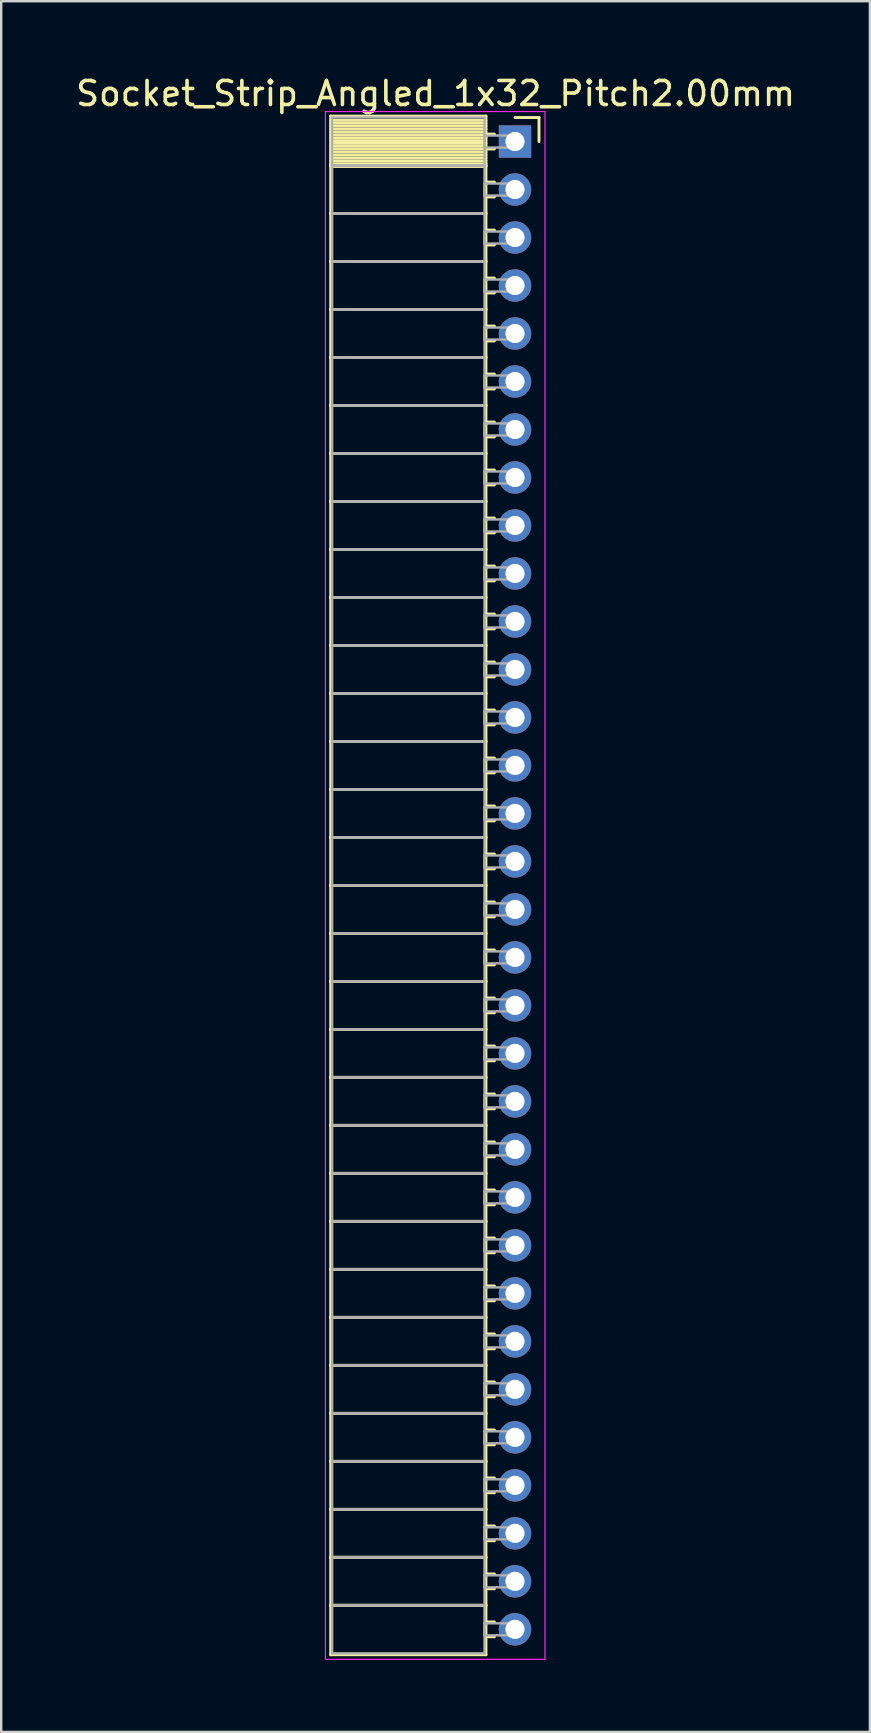
<source format=kicad_pcb>
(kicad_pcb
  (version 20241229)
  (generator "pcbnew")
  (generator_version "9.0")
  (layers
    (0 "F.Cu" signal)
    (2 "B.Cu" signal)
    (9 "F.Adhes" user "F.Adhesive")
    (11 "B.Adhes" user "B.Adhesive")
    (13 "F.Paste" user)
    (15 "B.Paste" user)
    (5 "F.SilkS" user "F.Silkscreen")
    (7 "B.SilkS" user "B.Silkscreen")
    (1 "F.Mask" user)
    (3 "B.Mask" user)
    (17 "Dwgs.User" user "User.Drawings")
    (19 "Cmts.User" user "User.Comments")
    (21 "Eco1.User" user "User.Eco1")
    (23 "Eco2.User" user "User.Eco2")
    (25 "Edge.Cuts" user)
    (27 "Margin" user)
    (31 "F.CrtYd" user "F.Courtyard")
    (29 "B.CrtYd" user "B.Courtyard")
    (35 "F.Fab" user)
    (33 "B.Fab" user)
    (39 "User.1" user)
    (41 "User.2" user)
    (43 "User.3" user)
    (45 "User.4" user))
  (footprint "Socket_Strip_Angled_1x32_Pitch2.00mm"
    (layer "F.Cu")
    (at 18.411 2.848)
    (property "Reference" "Socket_Strip_Angled_1x32_Pitch2.00mm" (at -3.31 -2 0) (layer "F.SilkS") (effects (font (size 1 1) (thickness 0.15))))
    (attr through_hole)
    (fp_line (start -7.68 -1.06) (end -1.21 -1.06) (stroke (width 0.12) (type solid)) (layer "F.SilkS"))
    (fp_line (start -7.68 1) (end -7.68 -1.06) (stroke (width 0.12) (type solid)) (layer "F.SilkS"))
    (fp_line (start -7.68 1) (end -1.21 1) (stroke (width 0.12) (type solid)) (layer "F.SilkS"))
    (fp_line (start -7.68 3) (end -7.68 1) (stroke (width 0.12) (type solid)) (layer "F.SilkS"))
    (fp_line (start -7.68 3) (end -1.21 3) (stroke (width 0.12) (type solid)) (layer "F.SilkS"))
    (fp_line (start -7.68 5) (end -7.68 3) (stroke (width 0.12) (type solid)) (layer "F.SilkS"))
    (fp_line (start -7.68 5) (end -1.21 5) (stroke (width 0.12) (type solid)) (layer "F.SilkS"))
    (fp_line (start -7.68 7) (end -7.68 5) (stroke (width 0.12) (type solid)) (layer "F.SilkS"))
    (fp_line (start -7.68 7) (end -1.21 7) (stroke (width 0.12) (type solid)) (layer "F.SilkS"))
    (fp_line (start -7.68 9) (end -7.68 7) (stroke (width 0.12) (type solid)) (layer "F.SilkS"))
    (fp_line (start -7.68 9) (end -1.21 9) (stroke (width 0.12) (type solid)) (layer "F.SilkS"))
    (fp_line (start -7.68 11) (end -7.68 9) (stroke (width 0.12) (type solid)) (layer "F.SilkS"))
    (fp_line (start -7.68 11) (end -1.21 11) (stroke (width 0.12) (type solid)) (layer "F.SilkS"))
    (fp_line (start -7.68 13) (end -7.68 11) (stroke (width 0.12) (type solid)) (layer "F.SilkS"))
    (fp_line (start -7.68 13) (end -1.21 13) (stroke (width 0.12) (type solid)) (layer "F.SilkS"))
    (fp_line (start -7.68 15) (end -7.68 13) (stroke (width 0.12) (type solid)) (layer "F.SilkS"))
    (fp_line (start -7.68 15) (end -1.21 15) (stroke (width 0.12) (type solid)) (layer "F.SilkS"))
    (fp_line (start -7.68 17) (end -7.68 15) (stroke (width 0.12) (type solid)) (layer "F.SilkS"))
    (fp_line (start -7.68 17) (end -1.21 17) (stroke (width 0.12) (type solid)) (layer "F.SilkS"))
    (fp_line (start -7.68 19) (end -7.68 17) (stroke (width 0.12) (type solid)) (layer "F.SilkS"))
    (fp_line (start -7.68 19) (end -1.21 19) (stroke (width 0.12) (type solid)) (layer "F.SilkS"))
    (fp_line (start -7.68 21) (end -7.68 19) (stroke (width 0.12) (type solid)) (layer "F.SilkS"))
    (fp_line (start -7.68 21) (end -1.21 21) (stroke (width 0.12) (type solid)) (layer "F.SilkS"))
    (fp_line (start -7.68 23) (end -7.68 21) (stroke (width 0.12) (type solid)) (layer "F.SilkS"))
    (fp_line (start -7.68 23) (end -1.21 23) (stroke (width 0.12) (type solid)) (layer "F.SilkS"))
    (fp_line (start -7.68 25) (end -7.68 23) (stroke (width 0.12) (type solid)) (layer "F.SilkS"))
    (fp_line (start -7.68 25) (end -1.21 25) (stroke (width 0.12) (type solid)) (layer "F.SilkS"))
    (fp_line (start -7.68 27) (end -7.68 25) (stroke (width 0.12) (type solid)) (layer "F.SilkS"))
    (fp_line (start -7.68 27) (end -1.21 27) (stroke (width 0.12) (type solid)) (layer "F.SilkS"))
    (fp_line (start -7.68 29) (end -7.68 27) (stroke (width 0.12) (type solid)) (layer "F.SilkS"))
    (fp_line (start -7.68 29) (end -1.21 29) (stroke (width 0.12) (type solid)) (layer "F.SilkS"))
    (fp_line (start -7.68 31) (end -7.68 29) (stroke (width 0.12) (type solid)) (layer "F.SilkS"))
    (fp_line (start -7.68 31) (end -1.21 31) (stroke (width 0.12) (type solid)) (layer "F.SilkS"))
    (fp_line (start -7.68 33) (end -7.68 31) (stroke (width 0.12) (type solid)) (layer "F.SilkS"))
    (fp_line (start -7.68 33) (end -1.21 33) (stroke (width 0.12) (type solid)) (layer "F.SilkS"))
    (fp_line (start -7.68 35) (end -7.68 33) (stroke (width 0.12) (type solid)) (layer "F.SilkS"))
    (fp_line (start -7.68 35) (end -1.21 35) (stroke (width 0.12) (type solid)) (layer "F.SilkS"))
    (fp_line (start -7.68 37) (end -7.68 35) (stroke (width 0.12) (type solid)) (layer "F.SilkS"))
    (fp_line (start -7.68 37) (end -1.21 37) (stroke (width 0.12) (type solid)) (layer "F.SilkS"))
    (fp_line (start -7.68 39) (end -7.68 37) (stroke (width 0.12) (type solid)) (layer "F.SilkS"))
    (fp_line (start -7.68 39) (end -1.21 39) (stroke (width 0.12) (type solid)) (layer "F.SilkS"))
    (fp_line (start -7.68 41) (end -7.68 39) (stroke (width 0.12) (type solid)) (layer "F.SilkS"))
    (fp_line (start -7.68 41) (end -1.21 41) (stroke (width 0.12) (type solid)) (layer "F.SilkS"))
    (fp_line (start -7.68 43) (end -7.68 41) (stroke (width 0.12) (type solid)) (layer "F.SilkS"))
    (fp_line (start -7.68 43) (end -1.21 43) (stroke (width 0.12) (type solid)) (layer "F.SilkS"))
    (fp_line (start -7.68 45) (end -7.68 43) (stroke (width 0.12) (type solid)) (layer "F.SilkS"))
    (fp_line (start -7.68 45) (end -1.21 45) (stroke (width 0.12) (type solid)) (layer "F.SilkS"))
    (fp_line (start -7.68 47) (end -7.68 45) (stroke (width 0.12) (type solid)) (layer "F.SilkS"))
    (fp_line (start -7.68 47) (end -1.21 47) (stroke (width 0.12) (type solid)) (layer "F.SilkS"))
    (fp_line (start -7.68 49) (end -7.68 47) (stroke (width 0.12) (type solid)) (layer "F.SilkS"))
    (fp_line (start -7.68 49) (end -1.21 49) (stroke (width 0.12) (type solid)) (layer "F.SilkS"))
    (fp_line (start -7.68 51) (end -7.68 49) (stroke (width 0.12) (type solid)) (layer "F.SilkS"))
    (fp_line (start -7.68 51) (end -1.21 51) (stroke (width 0.12) (type solid)) (layer "F.SilkS"))
    (fp_line (start -7.68 53) (end -7.68 51) (stroke (width 0.12) (type solid)) (layer "F.SilkS"))
    (fp_line (start -7.68 53) (end -1.21 53) (stroke (width 0.12) (type solid)) (layer "F.SilkS"))
    (fp_line (start -7.68 55) (end -7.68 53) (stroke (width 0.12) (type solid)) (layer "F.SilkS"))
    (fp_line (start -7.68 55) (end -1.21 55) (stroke (width 0.12) (type solid)) (layer "F.SilkS"))
    (fp_line (start -7.68 57) (end -7.68 55) (stroke (width 0.12) (type solid)) (layer "F.SilkS"))
    (fp_line (start -7.68 57) (end -1.21 57) (stroke (width 0.12) (type solid)) (layer "F.SilkS"))
    (fp_line (start -7.68 59) (end -7.68 57) (stroke (width 0.12) (type solid)) (layer "F.SilkS"))
    (fp_line (start -7.68 59) (end -1.21 59) (stroke (width 0.12) (type solid)) (layer "F.SilkS"))
    (fp_line (start -7.68 61) (end -7.68 59) (stroke (width 0.12) (type solid)) (layer "F.SilkS"))
    (fp_line (start -7.68 61) (end -1.21 61) (stroke (width 0.12) (type solid)) (layer "F.SilkS"))
    (fp_line (start -7.68 63.06) (end -7.68 61) (stroke (width 0.12) (type solid)) (layer "F.SilkS"))
    (fp_line (start -1.21 -1.06) (end -1.21 1) (stroke (width 0.12) (type solid)) (layer "F.SilkS"))
    (fp_line (start -1.21 -0.88) (end -7.68 -0.88) (stroke (width 0.12) (type solid)) (layer "F.SilkS"))
    (fp_line (start -1.21 -0.76) (end -7.68 -0.76) (stroke (width 0.12) (type solid)) (layer "F.SilkS"))
    (fp_line (start -1.21 -0.64) (end -7.68 -0.64) (stroke (width 0.12) (type solid)) (layer "F.SilkS"))
    (fp_line (start -1.21 -0.52) (end -7.68 -0.52) (stroke (width 0.12) (type solid)) (layer "F.SilkS"))
    (fp_line (start -1.21 -0.4) (end -7.68 -0.4) (stroke (width 0.12) (type solid)) (layer "F.SilkS"))
    (fp_line (start -1.21 -0.28) (end -7.68 -0.28) (stroke (width 0.12) (type solid)) (layer "F.SilkS"))
    (fp_line (start -1.21 -0.16) (end -7.68 -0.16) (stroke (width 0.12) (type solid)) (layer "F.SilkS"))
    (fp_line (start -1.21 -0.04) (end -7.68 -0.04) (stroke (width 0.12) (type solid)) (layer "F.SilkS"))
    (fp_line (start -1.21 0.08) (end -7.68 0.08) (stroke (width 0.12) (type solid)) (layer "F.SilkS"))
    (fp_line (start -1.21 0.2) (end -7.68 0.2) (stroke (width 0.12) (type solid)) (layer "F.SilkS"))
    (fp_line (start -1.21 0.32) (end -7.68 0.32) (stroke (width 0.12) (type solid)) (layer "F.SilkS"))
    (fp_line (start -1.21 0.44) (end -7.68 0.44) (stroke (width 0.12) (type solid)) (layer "F.SilkS"))
    (fp_line (start -1.21 0.56) (end -7.68 0.56) (stroke (width 0.12) (type solid)) (layer "F.SilkS"))
    (fp_line (start -1.21 0.68) (end -7.68 0.68) (stroke (width 0.12) (type solid)) (layer "F.SilkS"))
    (fp_line (start -1.21 0.8) (end -7.68 0.8) (stroke (width 0.12) (type solid)) (layer "F.SilkS"))
    (fp_line (start -1.21 0.92) (end -7.68 0.92) (stroke (width 0.12) (type solid)) (layer "F.SilkS"))
    (fp_line (start -1.21 1) (end -7.68 1) (stroke (width 0.12) (type solid)) (layer "F.SilkS"))
    (fp_line (start -1.21 1) (end -1.21 3) (stroke (width 0.12) (type solid)) (layer "F.SilkS"))
    (fp_line (start -1.21 1.04) (end -7.68 1.04) (stroke (width 0.12) (type solid)) (layer "F.SilkS"))
    (fp_line (start -1.21 3) (end -7.68 3) (stroke (width 0.12) (type solid)) (layer "F.SilkS"))
    (fp_line (start -1.21 3) (end -1.21 5) (stroke (width 0.12) (type solid)) (layer "F.SilkS"))
    (fp_line (start -1.21 5) (end -7.68 5) (stroke (width 0.12) (type solid)) (layer "F.SilkS"))
    (fp_line (start -1.21 5) (end -1.21 7) (stroke (width 0.12) (type solid)) (layer "F.SilkS"))
    (fp_line (start -1.21 7) (end -7.68 7) (stroke (width 0.12) (type solid)) (layer "F.SilkS"))
    (fp_line (start -1.21 7) (end -1.21 9) (stroke (width 0.12) (type solid)) (layer "F.SilkS"))
    (fp_line (start -1.21 9) (end -7.68 9) (stroke (width 0.12) (type solid)) (layer "F.SilkS"))
    (fp_line (start -1.21 9) (end -1.21 11) (stroke (width 0.12) (type solid)) (layer "F.SilkS"))
    (fp_line (start -1.21 11) (end -7.68 11) (stroke (width 0.12) (type solid)) (layer "F.SilkS"))
    (fp_line (start -1.21 11) (end -1.21 13) (stroke (width 0.12) (type solid)) (layer "F.SilkS"))
    (fp_line (start -1.21 13) (end -7.68 13) (stroke (width 0.12) (type solid)) (layer "F.SilkS"))
    (fp_line (start -1.21 13) (end -1.21 15) (stroke (width 0.12) (type solid)) (layer "F.SilkS"))
    (fp_line (start -1.21 15) (end -7.68 15) (stroke (width 0.12) (type solid)) (layer "F.SilkS"))
    (fp_line (start -1.21 15) (end -1.21 17) (stroke (width 0.12) (type solid)) (layer "F.SilkS"))
    (fp_line (start -1.21 17) (end -7.68 17) (stroke (width 0.12) (type solid)) (layer "F.SilkS"))
    (fp_line (start -1.21 17) (end -1.21 19) (stroke (width 0.12) (type solid)) (layer "F.SilkS"))
    (fp_line (start -1.21 19) (end -7.68 19) (stroke (width 0.12) (type solid)) (layer "F.SilkS"))
    (fp_line (start -1.21 19) (end -1.21 21) (stroke (width 0.12) (type solid)) (layer "F.SilkS"))
    (fp_line (start -1.21 21) (end -7.68 21) (stroke (width 0.12) (type solid)) (layer "F.SilkS"))
    (fp_line (start -1.21 21) (end -1.21 23) (stroke (width 0.12) (type solid)) (layer "F.SilkS"))
    (fp_line (start -1.21 23) (end -7.68 23) (stroke (width 0.12) (type solid)) (layer "F.SilkS"))
    (fp_line (start -1.21 23) (end -1.21 25) (stroke (width 0.12) (type solid)) (layer "F.SilkS"))
    (fp_line (start -1.21 25) (end -7.68 25) (stroke (width 0.12) (type solid)) (layer "F.SilkS"))
    (fp_line (start -1.21 25) (end -1.21 27) (stroke (width 0.12) (type solid)) (layer "F.SilkS"))
    (fp_line (start -1.21 27) (end -7.68 27) (stroke (width 0.12) (type solid)) (layer "F.SilkS"))
    (fp_line (start -1.21 27) (end -1.21 29) (stroke (width 0.12) (type solid)) (layer "F.SilkS"))
    (fp_line (start -1.21 29) (end -7.68 29) (stroke (width 0.12) (type solid)) (layer "F.SilkS"))
    (fp_line (start -1.21 29) (end -1.21 31) (stroke (width 0.12) (type solid)) (layer "F.SilkS"))
    (fp_line (start -1.21 31) (end -7.68 31) (stroke (width 0.12) (type solid)) (layer "F.SilkS"))
    (fp_line (start -1.21 31) (end -1.21 33) (stroke (width 0.12) (type solid)) (layer "F.SilkS"))
    (fp_line (start -1.21 33) (end -7.68 33) (stroke (width 0.12) (type solid)) (layer "F.SilkS"))
    (fp_line (start -1.21 33) (end -1.21 35) (stroke (width 0.12) (type solid)) (layer "F.SilkS"))
    (fp_line (start -1.21 35) (end -7.68 35) (stroke (width 0.12) (type solid)) (layer "F.SilkS"))
    (fp_line (start -1.21 35) (end -1.21 37) (stroke (width 0.12) (type solid)) (layer "F.SilkS"))
    (fp_line (start -1.21 37) (end -7.68 37) (stroke (width 0.12) (type solid)) (layer "F.SilkS"))
    (fp_line (start -1.21 37) (end -1.21 39) (stroke (width 0.12) (type solid)) (layer "F.SilkS"))
    (fp_line (start -1.21 39) (end -7.68 39) (stroke (width 0.12) (type solid)) (layer "F.SilkS"))
    (fp_line (start -1.21 39) (end -1.21 41) (stroke (width 0.12) (type solid)) (layer "F.SilkS"))
    (fp_line (start -1.21 41) (end -7.68 41) (stroke (width 0.12) (type solid)) (layer "F.SilkS"))
    (fp_line (start -1.21 41) (end -1.21 43) (stroke (width 0.12) (type solid)) (layer "F.SilkS"))
    (fp_line (start -1.21 43) (end -7.68 43) (stroke (width 0.12) (type solid)) (layer "F.SilkS"))
    (fp_line (start -1.21 43) (end -1.21 45) (stroke (width 0.12) (type solid)) (layer "F.SilkS"))
    (fp_line (start -1.21 45) (end -7.68 45) (stroke (width 0.12) (type solid)) (layer "F.SilkS"))
    (fp_line (start -1.21 45) (end -1.21 47) (stroke (width 0.12) (type solid)) (layer "F.SilkS"))
    (fp_line (start -1.21 47) (end -7.68 47) (stroke (width 0.12) (type solid)) (layer "F.SilkS"))
    (fp_line (start -1.21 47) (end -1.21 49) (stroke (width 0.12) (type solid)) (layer "F.SilkS"))
    (fp_line (start -1.21 49) (end -7.68 49) (stroke (width 0.12) (type solid)) (layer "F.SilkS"))
    (fp_line (start -1.21 49) (end -1.21 51) (stroke (width 0.12) (type solid)) (layer "F.SilkS"))
    (fp_line (start -1.21 51) (end -7.68 51) (stroke (width 0.12) (type solid)) (layer "F.SilkS"))
    (fp_line (start -1.21 51) (end -1.21 53) (stroke (width 0.12) (type solid)) (layer "F.SilkS"))
    (fp_line (start -1.21 53) (end -7.68 53) (stroke (width 0.12) (type solid)) (layer "F.SilkS"))
    (fp_line (start -1.21 53) (end -1.21 55) (stroke (width 0.12) (type solid)) (layer "F.SilkS"))
    (fp_line (start -1.21 55) (end -7.68 55) (stroke (width 0.12) (type solid)) (layer "F.SilkS"))
    (fp_line (start -1.21 55) (end -1.21 57) (stroke (width 0.12) (type solid)) (layer "F.SilkS"))
    (fp_line (start -1.21 57) (end -7.68 57) (stroke (width 0.12) (type solid)) (layer "F.SilkS"))
    (fp_line (start -1.21 57) (end -1.21 59) (stroke (width 0.12) (type solid)) (layer "F.SilkS"))
    (fp_line (start -1.21 59) (end -7.68 59) (stroke (width 0.12) (type solid)) (layer "F.SilkS"))
    (fp_line (start -1.21 59) (end -1.21 61) (stroke (width 0.12) (type solid)) (layer "F.SilkS"))
    (fp_line (start -1.21 61) (end -7.68 61) (stroke (width 0.12) (type solid)) (layer "F.SilkS"))
    (fp_line (start -1.21 61) (end -1.21 63.06) (stroke (width 0.12) (type solid)) (layer "F.SilkS"))
    (fp_line (start -1.21 63.06) (end -7.68 63.06) (stroke (width 0.12) (type solid)) (layer "F.SilkS"))
    (fp_line (start -0.855 -0.31) (end -1.21 -0.31) (stroke (width 0.12) (type solid)) (layer "F.SilkS"))
    (fp_line (start -0.855 0.31) (end -1.21 0.31) (stroke (width 0.12) (type solid)) (layer "F.SilkS"))
    (fp_line (start -0.855 1.69) (end -1.21 1.69) (stroke (width 0.12) (type solid)) (layer "F.SilkS"))
    (fp_line (start -0.855 2.31) (end -1.21 2.31) (stroke (width 0.12) (type solid)) (layer "F.SilkS"))
    (fp_line (start -0.855 3.69) (end -1.21 3.69) (stroke (width 0.12) (type solid)) (layer "F.SilkS"))
    (fp_line (start -0.855 4.31) (end -1.21 4.31) (stroke (width 0.12) (type solid)) (layer "F.SilkS"))
    (fp_line (start -0.855 5.69) (end -1.21 5.69) (stroke (width 0.12) (type solid)) (layer "F.SilkS"))
    (fp_line (start -0.855 6.31) (end -1.21 6.31) (stroke (width 0.12) (type solid)) (layer "F.SilkS"))
    (fp_line (start -0.855 7.69) (end -1.21 7.69) (stroke (width 0.12) (type solid)) (layer "F.SilkS"))
    (fp_line (start -0.855 8.31) (end -1.21 8.31) (stroke (width 0.12) (type solid)) (layer "F.SilkS"))
    (fp_line (start -0.855 9.69) (end -1.21 9.69) (stroke (width 0.12) (type solid)) (layer "F.SilkS"))
    (fp_line (start -0.855 10.31) (end -1.21 10.31) (stroke (width 0.12) (type solid)) (layer "F.SilkS"))
    (fp_line (start -0.855 11.69) (end -1.21 11.69) (stroke (width 0.12) (type solid)) (layer "F.SilkS"))
    (fp_line (start -0.855 12.31) (end -1.21 12.31) (stroke (width 0.12) (type solid)) (layer "F.SilkS"))
    (fp_line (start -0.855 13.69) (end -1.21 13.69) (stroke (width 0.12) (type solid)) (layer "F.SilkS"))
    (fp_line (start -0.855 14.31) (end -1.21 14.31) (stroke (width 0.12) (type solid)) (layer "F.SilkS"))
    (fp_line (start -0.855 15.69) (end -1.21 15.69) (stroke (width 0.12) (type solid)) (layer "F.SilkS"))
    (fp_line (start -0.855 16.31) (end -1.21 16.31) (stroke (width 0.12) (type solid)) (layer "F.SilkS"))
    (fp_line (start -0.855 17.69) (end -1.21 17.69) (stroke (width 0.12) (type solid)) (layer "F.SilkS"))
    (fp_line (start -0.855 18.31) (end -1.21 18.31) (stroke (width 0.12) (type solid)) (layer "F.SilkS"))
    (fp_line (start -0.855 19.69) (end -1.21 19.69) (stroke (width 0.12) (type solid)) (layer "F.SilkS"))
    (fp_line (start -0.855 20.31) (end -1.21 20.31) (stroke (width 0.12) (type solid)) (layer "F.SilkS"))
    (fp_line (start -0.855 21.69) (end -1.21 21.69) (stroke (width 0.12) (type solid)) (layer "F.SilkS"))
    (fp_line (start -0.855 22.31) (end -1.21 22.31) (stroke (width 0.12) (type solid)) (layer "F.SilkS"))
    (fp_line (start -0.855 23.69) (end -1.21 23.69) (stroke (width 0.12) (type solid)) (layer "F.SilkS"))
    (fp_line (start -0.855 24.31) (end -1.21 24.31) (stroke (width 0.12) (type solid)) (layer "F.SilkS"))
    (fp_line (start -0.855 25.69) (end -1.21 25.69) (stroke (width 0.12) (type solid)) (layer "F.SilkS"))
    (fp_line (start -0.855 26.31) (end -1.21 26.31) (stroke (width 0.12) (type solid)) (layer "F.SilkS"))
    (fp_line (start -0.855 27.69) (end -1.21 27.69) (stroke (width 0.12) (type solid)) (layer "F.SilkS"))
    (fp_line (start -0.855 28.31) (end -1.21 28.31) (stroke (width 0.12) (type solid)) (layer "F.SilkS"))
    (fp_line (start -0.855 29.69) (end -1.21 29.69) (stroke (width 0.12) (type solid)) (layer "F.SilkS"))
    (fp_line (start -0.855 30.31) (end -1.21 30.31) (stroke (width 0.12) (type solid)) (layer "F.SilkS"))
    (fp_line (start -0.855 31.69) (end -1.21 31.69) (stroke (width 0.12) (type solid)) (layer "F.SilkS"))
    (fp_line (start -0.855 32.31) (end -1.21 32.31) (stroke (width 0.12) (type solid)) (layer "F.SilkS"))
    (fp_line (start -0.855 33.69) (end -1.21 33.69) (stroke (width 0.12) (type solid)) (layer "F.SilkS"))
    (fp_line (start -0.855 34.31) (end -1.21 34.31) (stroke (width 0.12) (type solid)) (layer "F.SilkS"))
    (fp_line (start -0.855 35.69) (end -1.21 35.69) (stroke (width 0.12) (type solid)) (layer "F.SilkS"))
    (fp_line (start -0.855 36.31) (end -1.21 36.31) (stroke (width 0.12) (type solid)) (layer "F.SilkS"))
    (fp_line (start -0.855 37.69) (end -1.21 37.69) (stroke (width 0.12) (type solid)) (layer "F.SilkS"))
    (fp_line (start -0.855 38.31) (end -1.21 38.31) (stroke (width 0.12) (type solid)) (layer "F.SilkS"))
    (fp_line (start -0.855 39.69) (end -1.21 39.69) (stroke (width 0.12) (type solid)) (layer "F.SilkS"))
    (fp_line (start -0.855 40.31) (end -1.21 40.31) (stroke (width 0.12) (type solid)) (layer "F.SilkS"))
    (fp_line (start -0.855 41.69) (end -1.21 41.69) (stroke (width 0.12) (type solid)) (layer "F.SilkS"))
    (fp_line (start -0.855 42.31) (end -1.21 42.31) (stroke (width 0.12) (type solid)) (layer "F.SilkS"))
    (fp_line (start -0.855 43.69) (end -1.21 43.69) (stroke (width 0.12) (type solid)) (layer "F.SilkS"))
    (fp_line (start -0.855 44.31) (end -1.21 44.31) (stroke (width 0.12) (type solid)) (layer "F.SilkS"))
    (fp_line (start -0.855 45.69) (end -1.21 45.69) (stroke (width 0.12) (type solid)) (layer "F.SilkS"))
    (fp_line (start -0.855 46.31) (end -1.21 46.31) (stroke (width 0.12) (type solid)) (layer "F.SilkS"))
    (fp_line (start -0.855 47.69) (end -1.21 47.69) (stroke (width 0.12) (type solid)) (layer "F.SilkS"))
    (fp_line (start -0.855 48.31) (end -1.21 48.31) (stroke (width 0.12) (type solid)) (layer "F.SilkS"))
    (fp_line (start -0.855 49.69) (end -1.21 49.69) (stroke (width 0.12) (type solid)) (layer "F.SilkS"))
    (fp_line (start -0.855 50.31) (end -1.21 50.31) (stroke (width 0.12) (type solid)) (layer "F.SilkS"))
    (fp_line (start -0.855 51.69) (end -1.21 51.69) (stroke (width 0.12) (type solid)) (layer "F.SilkS"))
    (fp_line (start -0.855 52.31) (end -1.21 52.31) (stroke (width 0.12) (type solid)) (layer "F.SilkS"))
    (fp_line (start -0.855 53.69) (end -1.21 53.69) (stroke (width 0.12) (type solid)) (layer "F.SilkS"))
    (fp_line (start -0.855 54.31) (end -1.21 54.31) (stroke (width 0.12) (type solid)) (layer "F.SilkS"))
    (fp_line (start -0.855 55.69) (end -1.21 55.69) (stroke (width 0.12) (type solid)) (layer "F.SilkS"))
    (fp_line (start -0.855 56.31) (end -1.21 56.31) (stroke (width 0.12) (type solid)) (layer "F.SilkS"))
    (fp_line (start -0.855 57.69) (end -1.21 57.69) (stroke (width 0.12) (type solid)) (layer "F.SilkS"))
    (fp_line (start -0.855 58.31) (end -1.21 58.31) (stroke (width 0.12) (type solid)) (layer "F.SilkS"))
    (fp_line (start -0.855 59.69) (end -1.21 59.69) (stroke (width 0.12) (type solid)) (layer "F.SilkS"))
    (fp_line (start -0.855 60.31) (end -1.21 60.31) (stroke (width 0.12) (type solid)) (layer "F.SilkS"))
    (fp_line (start -0.855 61.69) (end -1.21 61.69) (stroke (width 0.12) (type solid)) (layer "F.SilkS"))
    (fp_line (start -0.855 62.31) (end -1.21 62.31) (stroke (width 0.12) (type solid)) (layer "F.SilkS"))
    (fp_line (start 0 -1) (end 1 -1) (stroke (width 0.12) (type solid)) (layer "F.SilkS"))
    (fp_line (start 1 -1) (end 1 0) (stroke (width 0.12) (type solid)) (layer "F.SilkS"))
    (fp_line (start -7.9 -1.25) (end 1.25 -1.25) (stroke (width 0.05) (type solid)) (layer "F.CrtYd"))
    (fp_line (start -7.9 63.25) (end -7.9 -1.25) (stroke (width 0.05) (type solid)) (layer "F.CrtYd"))
    (fp_line (start 1.25 -1.25) (end 1.25 63.25) (stroke (width 0.05) (type solid)) (layer "F.CrtYd"))
    (fp_line (start 1.25 63.25) (end -7.9 63.25) (stroke (width 0.05) (type solid)) (layer "F.CrtYd"))
    (fp_line (start -7.62 -1) (end -1.27 -1) (stroke (width 0.1) (type solid)) (layer "F.Fab"))
    (fp_line (start -7.62 1) (end -7.62 -1) (stroke (width 0.1) (type solid)) (layer "F.Fab"))
    (fp_line (start -7.62 1) (end -1.27 1) (stroke (width 0.1) (type solid)) (layer "F.Fab"))
    (fp_line (start -7.62 3) (end -7.62 1) (stroke (width 0.1) (type solid)) (layer "F.Fab"))
    (fp_line (start -7.62 3) (end -1.27 3) (stroke (width 0.1) (type solid)) (layer "F.Fab"))
    (fp_line (start -7.62 5) (end -7.62 3) (stroke (width 0.1) (type solid)) (layer "F.Fab"))
    (fp_line (start -7.62 5) (end -1.27 5) (stroke (width 0.1) (type solid)) (layer "F.Fab"))
    (fp_line (start -7.62 7) (end -7.62 5) (stroke (width 0.1) (type solid)) (layer "F.Fab"))
    (fp_line (start -7.62 7) (end -1.27 7) (stroke (width 0.1) (type solid)) (layer "F.Fab"))
    (fp_line (start -7.62 9) (end -7.62 7) (stroke (width 0.1) (type solid)) (layer "F.Fab"))
    (fp_line (start -7.62 9) (end -1.27 9) (stroke (width 0.1) (type solid)) (layer "F.Fab"))
    (fp_line (start -7.62 11) (end -7.62 9) (stroke (width 0.1) (type solid)) (layer "F.Fab"))
    (fp_line (start -7.62 11) (end -1.27 11) (stroke (width 0.1) (type solid)) (layer "F.Fab"))
    (fp_line (start -7.62 13) (end -7.62 11) (stroke (width 0.1) (type solid)) (layer "F.Fab"))
    (fp_line (start -7.62 13) (end -1.27 13) (stroke (width 0.1) (type solid)) (layer "F.Fab"))
    (fp_line (start -7.62 15) (end -7.62 13) (stroke (width 0.1) (type solid)) (layer "F.Fab"))
    (fp_line (start -7.62 15) (end -1.27 15) (stroke (width 0.1) (type solid)) (layer "F.Fab"))
    (fp_line (start -7.62 17) (end -7.62 15) (stroke (width 0.1) (type solid)) (layer "F.Fab"))
    (fp_line (start -7.62 17) (end -1.27 17) (stroke (width 0.1) (type solid)) (layer "F.Fab"))
    (fp_line (start -7.62 19) (end -7.62 17) (stroke (width 0.1) (type solid)) (layer "F.Fab"))
    (fp_line (start -7.62 19) (end -1.27 19) (stroke (width 0.1) (type solid)) (layer "F.Fab"))
    (fp_line (start -7.62 21) (end -7.62 19) (stroke (width 0.1) (type solid)) (layer "F.Fab"))
    (fp_line (start -7.62 21) (end -1.27 21) (stroke (width 0.1) (type solid)) (layer "F.Fab"))
    (fp_line (start -7.62 23) (end -7.62 21) (stroke (width 0.1) (type solid)) (layer "F.Fab"))
    (fp_line (start -7.62 23) (end -1.27 23) (stroke (width 0.1) (type solid)) (layer "F.Fab"))
    (fp_line (start -7.62 25) (end -7.62 23) (stroke (width 0.1) (type solid)) (layer "F.Fab"))
    (fp_line (start -7.62 25) (end -1.27 25) (stroke (width 0.1) (type solid)) (layer "F.Fab"))
    (fp_line (start -7.62 27) (end -7.62 25) (stroke (width 0.1) (type solid)) (layer "F.Fab"))
    (fp_line (start -7.62 27) (end -1.27 27) (stroke (width 0.1) (type solid)) (layer "F.Fab"))
    (fp_line (start -7.62 29) (end -7.62 27) (stroke (width 0.1) (type solid)) (layer "F.Fab"))
    (fp_line (start -7.62 29) (end -1.27 29) (stroke (width 0.1) (type solid)) (layer "F.Fab"))
    (fp_line (start -7.62 31) (end -7.62 29) (stroke (width 0.1) (type solid)) (layer "F.Fab"))
    (fp_line (start -7.62 31) (end -1.27 31) (stroke (width 0.1) (type solid)) (layer "F.Fab"))
    (fp_line (start -7.62 33) (end -7.62 31) (stroke (width 0.1) (type solid)) (layer "F.Fab"))
    (fp_line (start -7.62 33) (end -1.27 33) (stroke (width 0.1) (type solid)) (layer "F.Fab"))
    (fp_line (start -7.62 35) (end -7.62 33) (stroke (width 0.1) (type solid)) (layer "F.Fab"))
    (fp_line (start -7.62 35) (end -1.27 35) (stroke (width 0.1) (type solid)) (layer "F.Fab"))
    (fp_line (start -7.62 37) (end -7.62 35) (stroke (width 0.1) (type solid)) (layer "F.Fab"))
    (fp_line (start -7.62 37) (end -1.27 37) (stroke (width 0.1) (type solid)) (layer "F.Fab"))
    (fp_line (start -7.62 39) (end -7.62 37) (stroke (width 0.1) (type solid)) (layer "F.Fab"))
    (fp_line (start -7.62 39) (end -1.27 39) (stroke (width 0.1) (type solid)) (layer "F.Fab"))
    (fp_line (start -7.62 41) (end -7.62 39) (stroke (width 0.1) (type solid)) (layer "F.Fab"))
    (fp_line (start -7.62 41) (end -1.27 41) (stroke (width 0.1) (type solid)) (layer "F.Fab"))
    (fp_line (start -7.62 43) (end -7.62 41) (stroke (width 0.1) (type solid)) (layer "F.Fab"))
    (fp_line (start -7.62 43) (end -1.27 43) (stroke (width 0.1) (type solid)) (layer "F.Fab"))
    (fp_line (start -7.62 45) (end -7.62 43) (stroke (width 0.1) (type solid)) (layer "F.Fab"))
    (fp_line (start -7.62 45) (end -1.27 45) (stroke (width 0.1) (type solid)) (layer "F.Fab"))
    (fp_line (start -7.62 47) (end -7.62 45) (stroke (width 0.1) (type solid)) (layer "F.Fab"))
    (fp_line (start -7.62 47) (end -1.27 47) (stroke (width 0.1) (type solid)) (layer "F.Fab"))
    (fp_line (start -7.62 49) (end -7.62 47) (stroke (width 0.1) (type solid)) (layer "F.Fab"))
    (fp_line (start -7.62 49) (end -1.27 49) (stroke (width 0.1) (type solid)) (layer "F.Fab"))
    (fp_line (start -7.62 51) (end -7.62 49) (stroke (width 0.1) (type solid)) (layer "F.Fab"))
    (fp_line (start -7.62 51) (end -1.27 51) (stroke (width 0.1) (type solid)) (layer "F.Fab"))
    (fp_line (start -7.62 53) (end -7.62 51) (stroke (width 0.1) (type solid)) (layer "F.Fab"))
    (fp_line (start -7.62 53) (end -1.27 53) (stroke (width 0.1) (type solid)) (layer "F.Fab"))
    (fp_line (start -7.62 55) (end -7.62 53) (stroke (width 0.1) (type solid)) (layer "F.Fab"))
    (fp_line (start -7.62 55) (end -1.27 55) (stroke (width 0.1) (type solid)) (layer "F.Fab"))
    (fp_line (start -7.62 57) (end -7.62 55) (stroke (width 0.1) (type solid)) (layer "F.Fab"))
    (fp_line (start -7.62 57) (end -1.27 57) (stroke (width 0.1) (type solid)) (layer "F.Fab"))
    (fp_line (start -7.62 59) (end -7.62 57) (stroke (width 0.1) (type solid)) (layer "F.Fab"))
    (fp_line (start -7.62 59) (end -1.27 59) (stroke (width 0.1) (type solid)) (layer "F.Fab"))
    (fp_line (start -7.62 61) (end -7.62 59) (stroke (width 0.1) (type solid)) (layer "F.Fab"))
    (fp_line (start -7.62 61) (end -1.27 61) (stroke (width 0.1) (type solid)) (layer "F.Fab"))
    (fp_line (start -7.62 63) (end -7.62 61) (stroke (width 0.1) (type solid)) (layer "F.Fab"))
    (fp_line (start -1.27 -1) (end -1.27 1) (stroke (width 0.1) (type solid)) (layer "F.Fab"))
    (fp_line (start -1.27 -0.25) (end 0 -0.25) (stroke (width 0.1) (type solid)) (layer "F.Fab"))
    (fp_line (start -1.27 0.25) (end -1.27 -0.25) (stroke (width 0.1) (type solid)) (layer "F.Fab"))
    (fp_line (start -1.27 1) (end -7.62 1) (stroke (width 0.1) (type solid)) (layer "F.Fab"))
    (fp_line (start -1.27 1) (end -1.27 3) (stroke (width 0.1) (type solid)) (layer "F.Fab"))
    (fp_line (start -1.27 1.75) (end 0 1.75) (stroke (width 0.1) (type solid)) (layer "F.Fab"))
    (fp_line (start -1.27 2.25) (end -1.27 1.75) (stroke (width 0.1) (type solid)) (layer "F.Fab"))
    (fp_line (start -1.27 3) (end -7.62 3) (stroke (width 0.1) (type solid)) (layer "F.Fab"))
    (fp_line (start -1.27 3) (end -1.27 5) (stroke (width 0.1) (type solid)) (layer "F.Fab"))
    (fp_line (start -1.27 3.75) (end 0 3.75) (stroke (width 0.1) (type solid)) (layer "F.Fab"))
    (fp_line (start -1.27 4.25) (end -1.27 3.75) (stroke (width 0.1) (type solid)) (layer "F.Fab"))
    (fp_line (start -1.27 5) (end -7.62 5) (stroke (width 0.1) (type solid)) (layer "F.Fab"))
    (fp_line (start -1.27 5) (end -1.27 7) (stroke (width 0.1) (type solid)) (layer "F.Fab"))
    (fp_line (start -1.27 5.75) (end 0 5.75) (stroke (width 0.1) (type solid)) (layer "F.Fab"))
    (fp_line (start -1.27 6.25) (end -1.27 5.75) (stroke (width 0.1) (type solid)) (layer "F.Fab"))
    (fp_line (start -1.27 7) (end -7.62 7) (stroke (width 0.1) (type solid)) (layer "F.Fab"))
    (fp_line (start -1.27 7) (end -1.27 9) (stroke (width 0.1) (type solid)) (layer "F.Fab"))
    (fp_line (start -1.27 7.75) (end 0 7.75) (stroke (width 0.1) (type solid)) (layer "F.Fab"))
    (fp_line (start -1.27 8.25) (end -1.27 7.75) (stroke (width 0.1) (type solid)) (layer "F.Fab"))
    (fp_line (start -1.27 9) (end -7.62 9) (stroke (width 0.1) (type solid)) (layer "F.Fab"))
    (fp_line (start -1.27 9) (end -1.27 11) (stroke (width 0.1) (type solid)) (layer "F.Fab"))
    (fp_line (start -1.27 9.75) (end 0 9.75) (stroke (width 0.1) (type solid)) (layer "F.Fab"))
    (fp_line (start -1.27 10.25) (end -1.27 9.75) (stroke (width 0.1) (type solid)) (layer "F.Fab"))
    (fp_line (start -1.27 11) (end -7.62 11) (stroke (width 0.1) (type solid)) (layer "F.Fab"))
    (fp_line (start -1.27 11) (end -1.27 13) (stroke (width 0.1) (type solid)) (layer "F.Fab"))
    (fp_line (start -1.27 11.75) (end 0 11.75) (stroke (width 0.1) (type solid)) (layer "F.Fab"))
    (fp_line (start -1.27 12.25) (end -1.27 11.75) (stroke (width 0.1) (type solid)) (layer "F.Fab"))
    (fp_line (start -1.27 13) (end -7.62 13) (stroke (width 0.1) (type solid)) (layer "F.Fab"))
    (fp_line (start -1.27 13) (end -1.27 15) (stroke (width 0.1) (type solid)) (layer "F.Fab"))
    (fp_line (start -1.27 13.75) (end 0 13.75) (stroke (width 0.1) (type solid)) (layer "F.Fab"))
    (fp_line (start -1.27 14.25) (end -1.27 13.75) (stroke (width 0.1) (type solid)) (layer "F.Fab"))
    (fp_line (start -1.27 15) (end -7.62 15) (stroke (width 0.1) (type solid)) (layer "F.Fab"))
    (fp_line (start -1.27 15) (end -1.27 17) (stroke (width 0.1) (type solid)) (layer "F.Fab"))
    (fp_line (start -1.27 15.75) (end 0 15.75) (stroke (width 0.1) (type solid)) (layer "F.Fab"))
    (fp_line (start -1.27 16.25) (end -1.27 15.75) (stroke (width 0.1) (type solid)) (layer "F.Fab"))
    (fp_line (start -1.27 17) (end -7.62 17) (stroke (width 0.1) (type solid)) (layer "F.Fab"))
    (fp_line (start -1.27 17) (end -1.27 19) (stroke (width 0.1) (type solid)) (layer "F.Fab"))
    (fp_line (start -1.27 17.75) (end 0 17.75) (stroke (width 0.1) (type solid)) (layer "F.Fab"))
    (fp_line (start -1.27 18.25) (end -1.27 17.75) (stroke (width 0.1) (type solid)) (layer "F.Fab"))
    (fp_line (start -1.27 19) (end -7.62 19) (stroke (width 0.1) (type solid)) (layer "F.Fab"))
    (fp_line (start -1.27 19) (end -1.27 21) (stroke (width 0.1) (type solid)) (layer "F.Fab"))
    (fp_line (start -1.27 19.75) (end 0 19.75) (stroke (width 0.1) (type solid)) (layer "F.Fab"))
    (fp_line (start -1.27 20.25) (end -1.27 19.75) (stroke (width 0.1) (type solid)) (layer "F.Fab"))
    (fp_line (start -1.27 21) (end -7.62 21) (stroke (width 0.1) (type solid)) (layer "F.Fab"))
    (fp_line (start -1.27 21) (end -1.27 23) (stroke (width 0.1) (type solid)) (layer "F.Fab"))
    (fp_line (start -1.27 21.75) (end 0 21.75) (stroke (width 0.1) (type solid)) (layer "F.Fab"))
    (fp_line (start -1.27 22.25) (end -1.27 21.75) (stroke (width 0.1) (type solid)) (layer "F.Fab"))
    (fp_line (start -1.27 23) (end -7.62 23) (stroke (width 0.1) (type solid)) (layer "F.Fab"))
    (fp_line (start -1.27 23) (end -1.27 25) (stroke (width 0.1) (type solid)) (layer "F.Fab"))
    (fp_line (start -1.27 23.75) (end 0 23.75) (stroke (width 0.1) (type solid)) (layer "F.Fab"))
    (fp_line (start -1.27 24.25) (end -1.27 23.75) (stroke (width 0.1) (type solid)) (layer "F.Fab"))
    (fp_line (start -1.27 25) (end -7.62 25) (stroke (width 0.1) (type solid)) (layer "F.Fab"))
    (fp_line (start -1.27 25) (end -1.27 27) (stroke (width 0.1) (type solid)) (layer "F.Fab"))
    (fp_line (start -1.27 25.75) (end 0 25.75) (stroke (width 0.1) (type solid)) (layer "F.Fab"))
    (fp_line (start -1.27 26.25) (end -1.27 25.75) (stroke (width 0.1) (type solid)) (layer "F.Fab"))
    (fp_line (start -1.27 27) (end -7.62 27) (stroke (width 0.1) (type solid)) (layer "F.Fab"))
    (fp_line (start -1.27 27) (end -1.27 29) (stroke (width 0.1) (type solid)) (layer "F.Fab"))
    (fp_line (start -1.27 27.75) (end 0 27.75) (stroke (width 0.1) (type solid)) (layer "F.Fab"))
    (fp_line (start -1.27 28.25) (end -1.27 27.75) (stroke (width 0.1) (type solid)) (layer "F.Fab"))
    (fp_line (start -1.27 29) (end -7.62 29) (stroke (width 0.1) (type solid)) (layer "F.Fab"))
    (fp_line (start -1.27 29) (end -1.27 31) (stroke (width 0.1) (type solid)) (layer "F.Fab"))
    (fp_line (start -1.27 29.75) (end 0 29.75) (stroke (width 0.1) (type solid)) (layer "F.Fab"))
    (fp_line (start -1.27 30.25) (end -1.27 29.75) (stroke (width 0.1) (type solid)) (layer "F.Fab"))
    (fp_line (start -1.27 31) (end -7.62 31) (stroke (width 0.1) (type solid)) (layer "F.Fab"))
    (fp_line (start -1.27 31) (end -1.27 33) (stroke (width 0.1) (type solid)) (layer "F.Fab"))
    (fp_line (start -1.27 31.75) (end 0 31.75) (stroke (width 0.1) (type solid)) (layer "F.Fab"))
    (fp_line (start -1.27 32.25) (end -1.27 31.75) (stroke (width 0.1) (type solid)) (layer "F.Fab"))
    (fp_line (start -1.27 33) (end -7.62 33) (stroke (width 0.1) (type solid)) (layer "F.Fab"))
    (fp_line (start -1.27 33) (end -1.27 35) (stroke (width 0.1) (type solid)) (layer "F.Fab"))
    (fp_line (start -1.27 33.75) (end 0 33.75) (stroke (width 0.1) (type solid)) (layer "F.Fab"))
    (fp_line (start -1.27 34.25) (end -1.27 33.75) (stroke (width 0.1) (type solid)) (layer "F.Fab"))
    (fp_line (start -1.27 35) (end -7.62 35) (stroke (width 0.1) (type solid)) (layer "F.Fab"))
    (fp_line (start -1.27 35) (end -1.27 37) (stroke (width 0.1) (type solid)) (layer "F.Fab"))
    (fp_line (start -1.27 35.75) (end 0 35.75) (stroke (width 0.1) (type solid)) (layer "F.Fab"))
    (fp_line (start -1.27 36.25) (end -1.27 35.75) (stroke (width 0.1) (type solid)) (layer "F.Fab"))
    (fp_line (start -1.27 37) (end -7.62 37) (stroke (width 0.1) (type solid)) (layer "F.Fab"))
    (fp_line (start -1.27 37) (end -1.27 39) (stroke (width 0.1) (type solid)) (layer "F.Fab"))
    (fp_line (start -1.27 37.75) (end 0 37.75) (stroke (width 0.1) (type solid)) (layer "F.Fab"))
    (fp_line (start -1.27 38.25) (end -1.27 37.75) (stroke (width 0.1) (type solid)) (layer "F.Fab"))
    (fp_line (start -1.27 39) (end -7.62 39) (stroke (width 0.1) (type solid)) (layer "F.Fab"))
    (fp_line (start -1.27 39) (end -1.27 41) (stroke (width 0.1) (type solid)) (layer "F.Fab"))
    (fp_line (start -1.27 39.75) (end 0 39.75) (stroke (width 0.1) (type solid)) (layer "F.Fab"))
    (fp_line (start -1.27 40.25) (end -1.27 39.75) (stroke (width 0.1) (type solid)) (layer "F.Fab"))
    (fp_line (start -1.27 41) (end -7.62 41) (stroke (width 0.1) (type solid)) (layer "F.Fab"))
    (fp_line (start -1.27 41) (end -1.27 43) (stroke (width 0.1) (type solid)) (layer "F.Fab"))
    (fp_line (start -1.27 41.75) (end 0 41.75) (stroke (width 0.1) (type solid)) (layer "F.Fab"))
    (fp_line (start -1.27 42.25) (end -1.27 41.75) (stroke (width 0.1) (type solid)) (layer "F.Fab"))
    (fp_line (start -1.27 43) (end -7.62 43) (stroke (width 0.1) (type solid)) (layer "F.Fab"))
    (fp_line (start -1.27 43) (end -1.27 45) (stroke (width 0.1) (type solid)) (layer "F.Fab"))
    (fp_line (start -1.27 43.75) (end 0 43.75) (stroke (width 0.1) (type solid)) (layer "F.Fab"))
    (fp_line (start -1.27 44.25) (end -1.27 43.75) (stroke (width 0.1) (type solid)) (layer "F.Fab"))
    (fp_line (start -1.27 45) (end -7.62 45) (stroke (width 0.1) (type solid)) (layer "F.Fab"))
    (fp_line (start -1.27 45) (end -1.27 47) (stroke (width 0.1) (type solid)) (layer "F.Fab"))
    (fp_line (start -1.27 45.75) (end 0 45.75) (stroke (width 0.1) (type solid)) (layer "F.Fab"))
    (fp_line (start -1.27 46.25) (end -1.27 45.75) (stroke (width 0.1) (type solid)) (layer "F.Fab"))
    (fp_line (start -1.27 47) (end -7.62 47) (stroke (width 0.1) (type solid)) (layer "F.Fab"))
    (fp_line (start -1.27 47) (end -1.27 49) (stroke (width 0.1) (type solid)) (layer "F.Fab"))
    (fp_line (start -1.27 47.75) (end 0 47.75) (stroke (width 0.1) (type solid)) (layer "F.Fab"))
    (fp_line (start -1.27 48.25) (end -1.27 47.75) (stroke (width 0.1) (type solid)) (layer "F.Fab"))
    (fp_line (start -1.27 49) (end -7.62 49) (stroke (width 0.1) (type solid)) (layer "F.Fab"))
    (fp_line (start -1.27 49) (end -1.27 51) (stroke (width 0.1) (type solid)) (layer "F.Fab"))
    (fp_line (start -1.27 49.75) (end 0 49.75) (stroke (width 0.1) (type solid)) (layer "F.Fab"))
    (fp_line (start -1.27 50.25) (end -1.27 49.75) (stroke (width 0.1) (type solid)) (layer "F.Fab"))
    (fp_line (start -1.27 51) (end -7.62 51) (stroke (width 0.1) (type solid)) (layer "F.Fab"))
    (fp_line (start -1.27 51) (end -1.27 53) (stroke (width 0.1) (type solid)) (layer "F.Fab"))
    (fp_line (start -1.27 51.75) (end 0 51.75) (stroke (width 0.1) (type solid)) (layer "F.Fab"))
    (fp_line (start -1.27 52.25) (end -1.27 51.75) (stroke (width 0.1) (type solid)) (layer "F.Fab"))
    (fp_line (start -1.27 53) (end -7.62 53) (stroke (width 0.1) (type solid)) (layer "F.Fab"))
    (fp_line (start -1.27 53) (end -1.27 55) (stroke (width 0.1) (type solid)) (layer "F.Fab"))
    (fp_line (start -1.27 53.75) (end 0 53.75) (stroke (width 0.1) (type solid)) (layer "F.Fab"))
    (fp_line (start -1.27 54.25) (end -1.27 53.75) (stroke (width 0.1) (type solid)) (layer "F.Fab"))
    (fp_line (start -1.27 55) (end -7.62 55) (stroke (width 0.1) (type solid)) (layer "F.Fab"))
    (fp_line (start -1.27 55) (end -1.27 57) (stroke (width 0.1) (type solid)) (layer "F.Fab"))
    (fp_line (start -1.27 55.75) (end 0 55.75) (stroke (width 0.1) (type solid)) (layer "F.Fab"))
    (fp_line (start -1.27 56.25) (end -1.27 55.75) (stroke (width 0.1) (type solid)) (layer "F.Fab"))
    (fp_line (start -1.27 57) (end -7.62 57) (stroke (width 0.1) (type solid)) (layer "F.Fab"))
    (fp_line (start -1.27 57) (end -1.27 59) (stroke (width 0.1) (type solid)) (layer "F.Fab"))
    (fp_line (start -1.27 57.75) (end 0 57.75) (stroke (width 0.1) (type solid)) (layer "F.Fab"))
    (fp_line (start -1.27 58.25) (end -1.27 57.75) (stroke (width 0.1) (type solid)) (layer "F.Fab"))
    (fp_line (start -1.27 59) (end -7.62 59) (stroke (width 0.1) (type solid)) (layer "F.Fab"))
    (fp_line (start -1.27 59) (end -1.27 61) (stroke (width 0.1) (type solid)) (layer "F.Fab"))
    (fp_line (start -1.27 59.75) (end 0 59.75) (stroke (width 0.1) (type solid)) (layer "F.Fab"))
    (fp_line (start -1.27 60.25) (end -1.27 59.75) (stroke (width 0.1) (type solid)) (layer "F.Fab"))
    (fp_line (start -1.27 61) (end -7.62 61) (stroke (width 0.1) (type solid)) (layer "F.Fab"))
    (fp_line (start -1.27 61) (end -1.27 63) (stroke (width 0.1) (type solid)) (layer "F.Fab"))
    (fp_line (start -1.27 61.75) (end 0 61.75) (stroke (width 0.1) (type solid)) (layer "F.Fab"))
    (fp_line (start -1.27 62.25) (end -1.27 61.75) (stroke (width 0.1) (type solid)) (layer "F.Fab"))
    (fp_line (start -1.27 63) (end -7.62 63) (stroke (width 0.1) (type solid)) (layer "F.Fab"))
    (fp_line (start 0 -0.25) (end 0 0.25) (stroke (width 0.1) (type solid)) (layer "F.Fab"))
    (fp_line (start 0 0.25) (end -1.27 0.25) (stroke (width 0.1) (type solid)) (layer "F.Fab"))
    (fp_line (start 0 1.75) (end 0 2.25) (stroke (width 0.1) (type solid)) (layer "F.Fab"))
    (fp_line (start 0 2.25) (end -1.27 2.25) (stroke (width 0.1) (type solid)) (layer "F.Fab"))
    (fp_line (start 0 3.75) (end 0 4.25) (stroke (width 0.1) (type solid)) (layer "F.Fab"))
    (fp_line (start 0 4.25) (end -1.27 4.25) (stroke (width 0.1) (type solid)) (layer "F.Fab"))
    (fp_line (start 0 5.75) (end 0 6.25) (stroke (width 0.1) (type solid)) (layer "F.Fab"))
    (fp_line (start 0 6.25) (end -1.27 6.25) (stroke (width 0.1) (type solid)) (layer "F.Fab"))
    (fp_line (start 0 7.75) (end 0 8.25) (stroke (width 0.1) (type solid)) (layer "F.Fab"))
    (fp_line (start 0 8.25) (end -1.27 8.25) (stroke (width 0.1) (type solid)) (layer "F.Fab"))
    (fp_line (start 0 9.75) (end 0 10.25) (stroke (width 0.1) (type solid)) (layer "F.Fab"))
    (fp_line (start 0 10.25) (end -1.27 10.25) (stroke (width 0.1) (type solid)) (layer "F.Fab"))
    (fp_line (start 0 11.75) (end 0 12.25) (stroke (width 0.1) (type solid)) (layer "F.Fab"))
    (fp_line (start 0 12.25) (end -1.27 12.25) (stroke (width 0.1) (type solid)) (layer "F.Fab"))
    (fp_line (start 0 13.75) (end 0 14.25) (stroke (width 0.1) (type solid)) (layer "F.Fab"))
    (fp_line (start 0 14.25) (end -1.27 14.25) (stroke (width 0.1) (type solid)) (layer "F.Fab"))
    (fp_line (start 0 15.75) (end 0 16.25) (stroke (width 0.1) (type solid)) (layer "F.Fab"))
    (fp_line (start 0 16.25) (end -1.27 16.25) (stroke (width 0.1) (type solid)) (layer "F.Fab"))
    (fp_line (start 0 17.75) (end 0 18.25) (stroke (width 0.1) (type solid)) (layer "F.Fab"))
    (fp_line (start 0 18.25) (end -1.27 18.25) (stroke (width 0.1) (type solid)) (layer "F.Fab"))
    (fp_line (start 0 19.75) (end 0 20.25) (stroke (width 0.1) (type solid)) (layer "F.Fab"))
    (fp_line (start 0 20.25) (end -1.27 20.25) (stroke (width 0.1) (type solid)) (layer "F.Fab"))
    (fp_line (start 0 21.75) (end 0 22.25) (stroke (width 0.1) (type solid)) (layer "F.Fab"))
    (fp_line (start 0 22.25) (end -1.27 22.25) (stroke (width 0.1) (type solid)) (layer "F.Fab"))
    (fp_line (start 0 23.75) (end 0 24.25) (stroke (width 0.1) (type solid)) (layer "F.Fab"))
    (fp_line (start 0 24.25) (end -1.27 24.25) (stroke (width 0.1) (type solid)) (layer "F.Fab"))
    (fp_line (start 0 25.75) (end 0 26.25) (stroke (width 0.1) (type solid)) (layer "F.Fab"))
    (fp_line (start 0 26.25) (end -1.27 26.25) (stroke (width 0.1) (type solid)) (layer "F.Fab"))
    (fp_line (start 0 27.75) (end 0 28.25) (stroke (width 0.1) (type solid)) (layer "F.Fab"))
    (fp_line (start 0 28.25) (end -1.27 28.25) (stroke (width 0.1) (type solid)) (layer "F.Fab"))
    (fp_line (start 0 29.75) (end 0 30.25) (stroke (width 0.1) (type solid)) (layer "F.Fab"))
    (fp_line (start 0 30.25) (end -1.27 30.25) (stroke (width 0.1) (type solid)) (layer "F.Fab"))
    (fp_line (start 0 31.75) (end 0 32.25) (stroke (width 0.1) (type solid)) (layer "F.Fab"))
    (fp_line (start 0 32.25) (end -1.27 32.25) (stroke (width 0.1) (type solid)) (layer "F.Fab"))
    (fp_line (start 0 33.75) (end 0 34.25) (stroke (width 0.1) (type solid)) (layer "F.Fab"))
    (fp_line (start 0 34.25) (end -1.27 34.25) (stroke (width 0.1) (type solid)) (layer "F.Fab"))
    (fp_line (start 0 35.75) (end 0 36.25) (stroke (width 0.1) (type solid)) (layer "F.Fab"))
    (fp_line (start 0 36.25) (end -1.27 36.25) (stroke (width 0.1) (type solid)) (layer "F.Fab"))
    (fp_line (start 0 37.75) (end 0 38.25) (stroke (width 0.1) (type solid)) (layer "F.Fab"))
    (fp_line (start 0 38.25) (end -1.27 38.25) (stroke (width 0.1) (type solid)) (layer "F.Fab"))
    (fp_line (start 0 39.75) (end 0 40.25) (stroke (width 0.1) (type solid)) (layer "F.Fab"))
    (fp_line (start 0 40.25) (end -1.27 40.25) (stroke (width 0.1) (type solid)) (layer "F.Fab"))
    (fp_line (start 0 41.75) (end 0 42.25) (stroke (width 0.1) (type solid)) (layer "F.Fab"))
    (fp_line (start 0 42.25) (end -1.27 42.25) (stroke (width 0.1) (type solid)) (layer "F.Fab"))
    (fp_line (start 0 43.75) (end 0 44.25) (stroke (width 0.1) (type solid)) (layer "F.Fab"))
    (fp_line (start 0 44.25) (end -1.27 44.25) (stroke (width 0.1) (type solid)) (layer "F.Fab"))
    (fp_line (start 0 45.75) (end 0 46.25) (stroke (width 0.1) (type solid)) (layer "F.Fab"))
    (fp_line (start 0 46.25) (end -1.27 46.25) (stroke (width 0.1) (type solid)) (layer "F.Fab"))
    (fp_line (start 0 47.75) (end 0 48.25) (stroke (width 0.1) (type solid)) (layer "F.Fab"))
    (fp_line (start 0 48.25) (end -1.27 48.25) (stroke (width 0.1) (type solid)) (layer "F.Fab"))
    (fp_line (start 0 49.75) (end 0 50.25) (stroke (width 0.1) (type solid)) (layer "F.Fab"))
    (fp_line (start 0 50.25) (end -1.27 50.25) (stroke (width 0.1) (type solid)) (layer "F.Fab"))
    (fp_line (start 0 51.75) (end 0 52.25) (stroke (width 0.1) (type solid)) (layer "F.Fab"))
    (fp_line (start 0 52.25) (end -1.27 52.25) (stroke (width 0.1) (type solid)) (layer "F.Fab"))
    (fp_line (start 0 53.75) (end 0 54.25) (stroke (width 0.1) (type solid)) (layer "F.Fab"))
    (fp_line (start 0 54.25) (end -1.27 54.25) (stroke (width 0.1) (type solid)) (layer "F.Fab"))
    (fp_line (start 0 55.75) (end 0 56.25) (stroke (width 0.1) (type solid)) (layer "F.Fab"))
    (fp_line (start 0 56.25) (end -1.27 56.25) (stroke (width 0.1) (type solid)) (layer "F.Fab"))
    (fp_line (start 0 57.75) (end 0 58.25) (stroke (width 0.1) (type solid)) (layer "F.Fab"))
    (fp_line (start 0 58.25) (end -1.27 58.25) (stroke (width 0.1) (type solid)) (layer "F.Fab"))
    (fp_line (start 0 59.75) (end 0 60.25) (stroke (width 0.1) (type solid)) (layer "F.Fab"))
    (fp_line (start 0 60.25) (end -1.27 60.25) (stroke (width 0.1) (type solid)) (layer "F.Fab"))
    (fp_line (start 0 61.75) (end 0 62.25) (stroke (width 0.1) (type solid)) (layer "F.Fab"))
    (fp_line (start 0 62.25) (end -1.27 62.25) (stroke (width 0.1) (type solid)) (layer "F.Fab"))
    (pad "1" thru_hole rect (at 0 0) (size 1.35 1.35) (drill 0.8) (layers "*.Cu" "*.Mask"))
    (pad "2" thru_hole oval (at 0 2) (size 1.35 1.35) (drill 0.8) (layers "*.Cu" "*.Mask"))
    (pad "3" thru_hole oval (at 0 4) (size 1.35 1.35) (drill 0.8) (layers "*.Cu" "*.Mask"))
    (pad "4" thru_hole oval (at 0 6) (size 1.35 1.35) (drill 0.8) (layers "*.Cu" "*.Mask"))
    (pad "5" thru_hole oval (at 0 8) (size 1.35 1.35) (drill 0.8) (layers "*.Cu" "*.Mask"))
    (pad "6" thru_hole oval (at 0 10) (size 1.35 1.35) (drill 0.8) (layers "*.Cu" "*.Mask"))
    (pad "7" thru_hole oval (at 0 12) (size 1.35 1.35) (drill 0.8) (layers "*.Cu" "*.Mask"))
    (pad "8" thru_hole oval (at 0 14) (size 1.35 1.35) (drill 0.8) (layers "*.Cu" "*.Mask"))
    (pad "9" thru_hole oval (at 0 16) (size 1.35 1.35) (drill 0.8) (layers "*.Cu" "*.Mask"))
    (pad "10" thru_hole oval (at 0 18) (size 1.35 1.35) (drill 0.8) (layers "*.Cu" "*.Mask"))
    (pad "11" thru_hole oval (at 0 20) (size 1.35 1.35) (drill 0.8) (layers "*.Cu" "*.Mask"))
    (pad "12" thru_hole oval (at 0 22) (size 1.35 1.35) (drill 0.8) (layers "*.Cu" "*.Mask"))
    (pad "13" thru_hole oval (at 0 24) (size 1.35 1.35) (drill 0.8) (layers "*.Cu" "*.Mask"))
    (pad "14" thru_hole oval (at 0 26) (size 1.35 1.35) (drill 0.8) (layers "*.Cu" "*.Mask"))
    (pad "15" thru_hole oval (at 0 28) (size 1.35 1.35) (drill 0.8) (layers "*.Cu" "*.Mask"))
    (pad "16" thru_hole oval (at 0 30) (size 1.35 1.35) (drill 0.8) (layers "*.Cu" "*.Mask"))
    (pad "17" thru_hole oval (at 0 32) (size 1.35 1.35) (drill 0.8) (layers "*.Cu" "*.Mask"))
    (pad "18" thru_hole oval (at 0 34) (size 1.35 1.35) (drill 0.8) (layers "*.Cu" "*.Mask"))
    (pad "19" thru_hole oval (at 0 36) (size 1.35 1.35) (drill 0.8) (layers "*.Cu" "*.Mask"))
    (pad "20" thru_hole oval (at 0 38) (size 1.35 1.35) (drill 0.8) (layers "*.Cu" "*.Mask"))
    (pad "21" thru_hole oval (at 0 40) (size 1.35 1.35) (drill 0.8) (layers "*.Cu" "*.Mask"))
    (pad "22" thru_hole oval (at 0 42) (size 1.35 1.35) (drill 0.8) (layers "*.Cu" "*.Mask"))
    (pad "23" thru_hole oval (at 0 44) (size 1.35 1.35) (drill 0.8) (layers "*.Cu" "*.Mask"))
    (pad "24" thru_hole oval (at 0 46) (size 1.35 1.35) (drill 0.8) (layers "*.Cu" "*.Mask"))
    (pad "25" thru_hole oval (at 0 48) (size 1.35 1.35) (drill 0.8) (layers "*.Cu" "*.Mask"))
    (pad "26" thru_hole oval (at 0 50) (size 1.35 1.35) (drill 0.8) (layers "*.Cu" "*.Mask"))
    (pad "27" thru_hole oval (at 0 52) (size 1.35 1.35) (drill 0.8) (layers "*.Cu" "*.Mask"))
    (pad "28" thru_hole oval (at 0 54) (size 1.35 1.35) (drill 0.8) (layers "*.Cu" "*.Mask"))
    (pad "29" thru_hole oval (at 0 56) (size 1.35 1.35) (drill 0.8) (layers "*.Cu" "*.Mask"))
    (pad "30" thru_hole oval (at 0 58) (size 1.35 1.35) (drill 0.8) (layers "*.Cu" "*.Mask"))
    (pad "31" thru_hole oval (at 0 60) (size 1.35 1.35) (drill 0.8) (layers "*.Cu" "*.Mask"))
    (pad "32" thru_hole oval (at 0 62) (size 1.35 1.35) (drill 0.8) (layers "*.Cu" "*.Mask")))
  (gr_rect
    (start -3 -3)
    (end 33.202 69.123)
    (stroke (width 0.1) (type default))
    (fill no)
    (layer "Edge.Cuts")))
</source>
